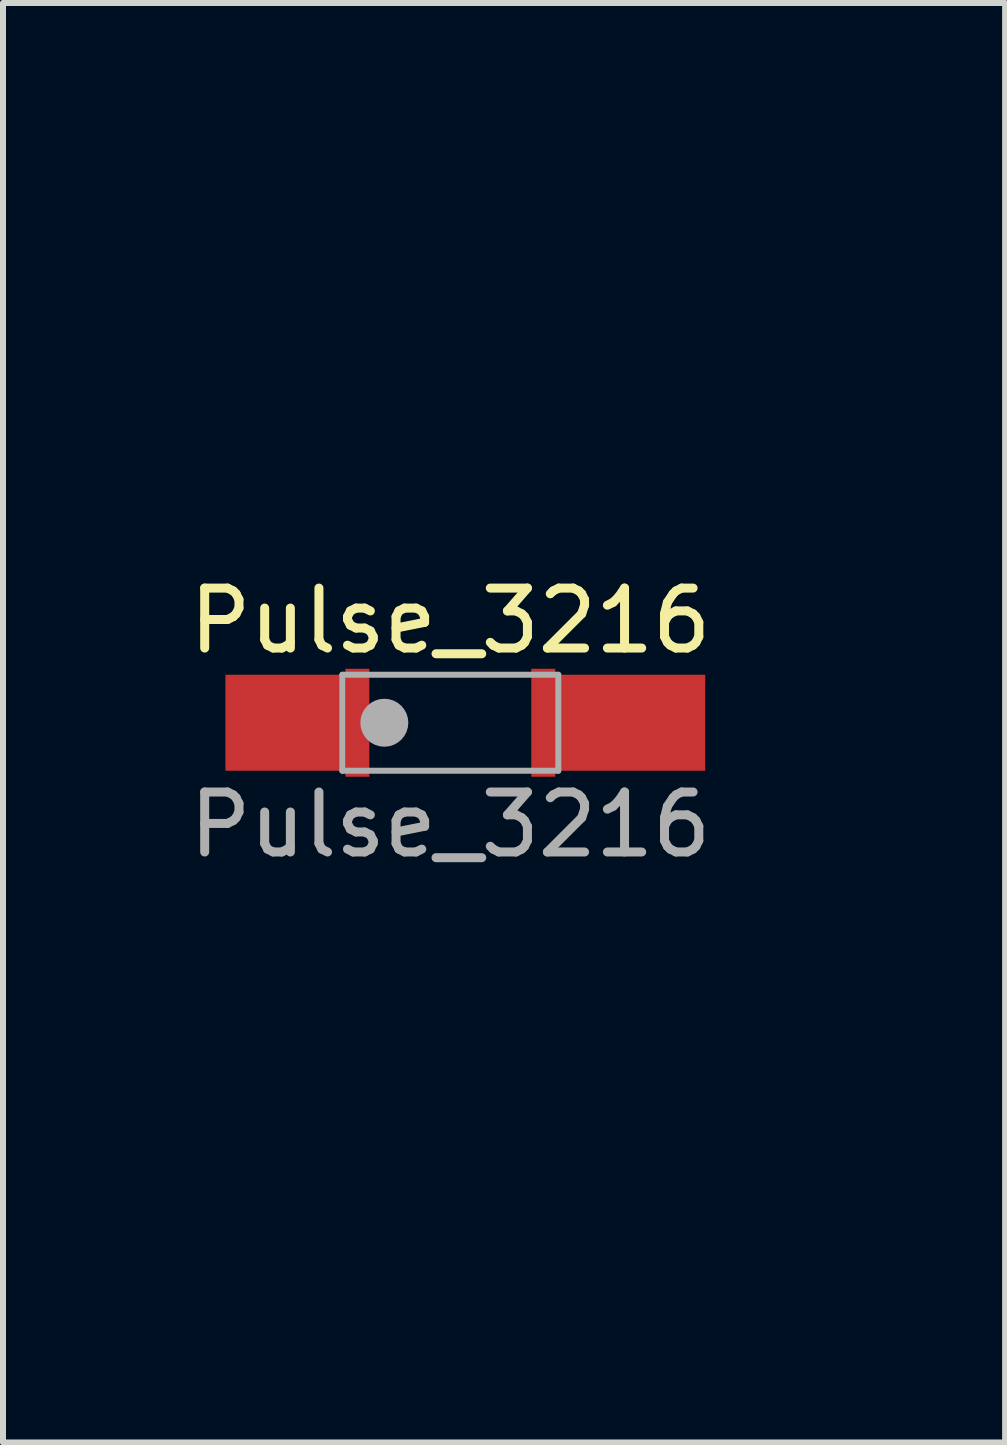
<source format=kicad_pcb>
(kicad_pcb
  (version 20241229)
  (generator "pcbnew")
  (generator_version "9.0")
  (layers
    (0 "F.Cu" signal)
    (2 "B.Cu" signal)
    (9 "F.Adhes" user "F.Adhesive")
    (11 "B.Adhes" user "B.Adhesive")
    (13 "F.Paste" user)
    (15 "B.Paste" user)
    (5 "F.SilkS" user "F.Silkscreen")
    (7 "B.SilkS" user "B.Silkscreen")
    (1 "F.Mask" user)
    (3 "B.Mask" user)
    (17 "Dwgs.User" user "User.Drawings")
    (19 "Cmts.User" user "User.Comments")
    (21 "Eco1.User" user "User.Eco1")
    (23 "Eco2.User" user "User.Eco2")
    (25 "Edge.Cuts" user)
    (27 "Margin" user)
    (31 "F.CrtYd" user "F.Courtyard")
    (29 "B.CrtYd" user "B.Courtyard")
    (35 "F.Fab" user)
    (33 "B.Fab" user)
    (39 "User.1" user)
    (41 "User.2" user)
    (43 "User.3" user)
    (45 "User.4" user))
  (footprint "Pulse_3216"
    (layer "F.Cu")
    (at 4.458 9)
    (property "Reference" "Pulse_3216" (at 0 -1.7 0) (unlocked yes) (layer "F.SilkS") (effects (font (size 1 1) (thickness 0.15))))
    (attr smd)
    (fp_line (start -1.8 -0.8) (end 1.8 -0.8) (stroke (width 0.1) (type solid)) (layer "F.Fab"))
    (fp_line (start -1.8 0.8) (end -1.8 -0.8) (stroke (width 0.1) (type solid)) (layer "F.Fab"))
    (fp_line (start 1.8 -0.8) (end 1.8 0.8) (stroke (width 0.1) (type solid)) (layer "F.Fab"))
    (fp_line (start 1.8 0.8) (end -1.8 0.8) (stroke (width 0.1) (type solid)) (layer "F.Fab"))
    (fp_circle (center -1.1 0) (end -0.9 0) (stroke (width 0.4) (type solid)) (fill no) (layer "F.Fab"))
    (fp_text user "${REFERENCE}" (at 0 1.7 0) (unlocked yes) (layer "F.Fab") (effects (font (size 1 1) (thickness 0.15))))
    (pad "1" smd rect (at -2.75 0) (size 2 1.6) (layers "F.Cu"))
    (pad "1" smd rect (at -1.55 0) (size 0.4 1.8) (layers "F.Cu" "F.Mask" "F.Paste"))
    (pad "2" smd rect (at 1.55 0) (size 0.4 1.8) (layers "F.Cu" "F.Mask" "F.Paste"))
    (pad "2" smd rect (at 3 0) (size 2.5 1.6) (layers "F.Cu"))
    (zone (net_name "") (layers "F.Cu" "B.Cu") (hatch edge 0.508) (connect_pads) (min_thickness 0.254) (filled_areas_thickness no) (keepout (tracks not_allowed) (vias not_allowed) (pads not_allowed) (copperpour not_allowed) (footprints not_allowed)) (placement (enabled no)) (fill) (polygon (pts (xy 10.708 18) (xy 0.708 18) (xy 0.708 9.8) (xy 2.708 9.8) (xy 2.708 9.9) (xy 3.108 9.9) (xy 3.108 8.1) (xy 2.708 8.1) (xy 2.708 8.2) (xy 0.708 8.2) (xy 0.708 0) (xy 10.708 0)))))
  (gr_rect
    (start -3 -3)
    (end 13.708 21)
    (stroke (width 0.1) (type default))
    (fill no)
    (layer "Edge.Cuts")))
</source>
